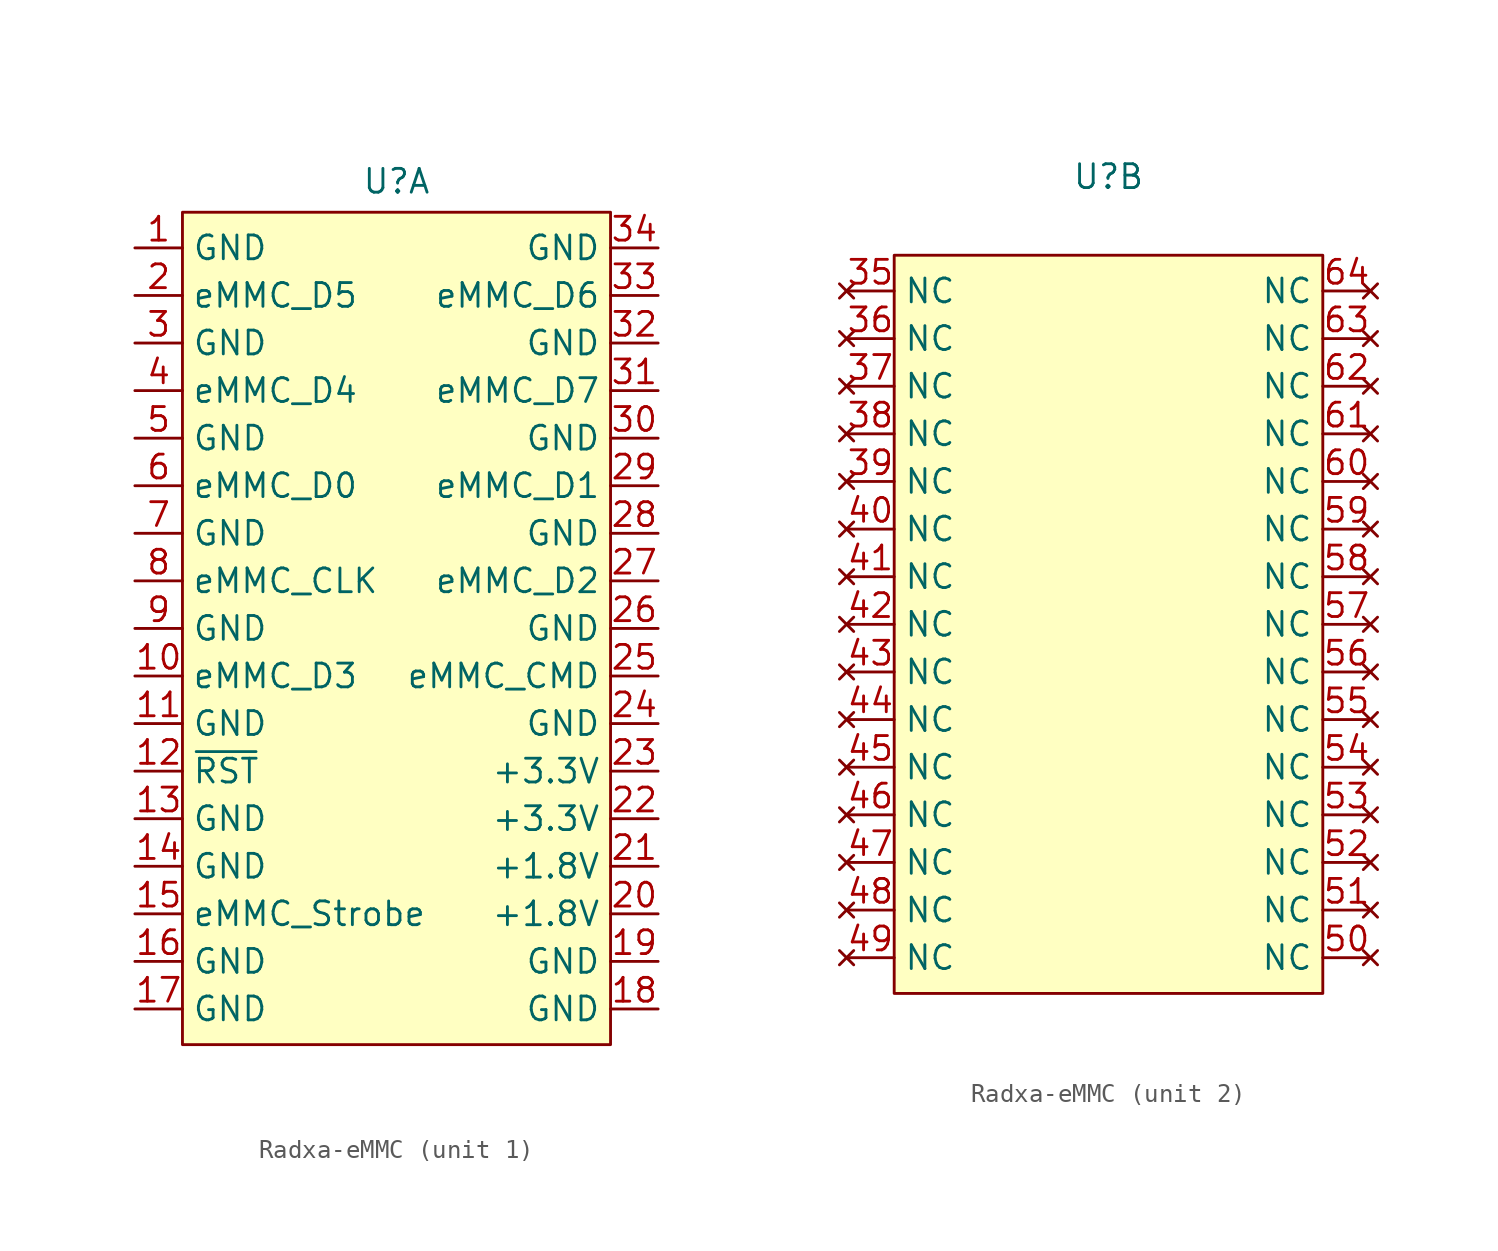
<source format=kicad_sym>
(kicad_symbol_lib
  (version 20241209)
  (generator "kicad_symbol_editor")
  (generator_version "9.0")
  (symbol "Radxa-eMMC"
    (property "Reference" "U"
      (at 0 23.876 0)
      (effects (font (size 1.27 1.27))))
    (property "Value" ""
      (at 0 0 0)
      (effects (font (size 1.27 1.27))))
    (property "ki_locked" ""
      (at 0 0 0)
      (effects (font (size 1.27 1.27))))
    (symbol "Radxa-eMMC_1_1"
      (rectangle (start -11.43 22.225) (end 11.43 -22.225) (stroke (width 0) (type default)) (fill (type background)))
      (pin passive line (at -13.97 20.32 0) (length 2.54) (name "GND" (effects (font (size 1.27 1.27)))) (number "1" (effects (font (size 1.27 1.27)))))
      (pin bidirectional line (at -13.97 17.78 0) (length 2.54) (name "eMMC_D5" (effects (font (size 1.27 1.27)))) (number "2" (effects (font (size 1.27 1.27)))))
      (pin passive line (at -13.97 15.24 0) (length 2.54) (name "GND" (effects (font (size 1.27 1.27)))) (number "3" (effects (font (size 1.27 1.27)))))
      (pin bidirectional line (at -13.97 12.7 0) (length 2.54) (name "eMMC_D4" (effects (font (size 1.27 1.27)))) (number "4" (effects (font (size 1.27 1.27)))))
      (pin passive line (at -13.97 10.16 0) (length 2.54) (name "GND" (effects (font (size 1.27 1.27)))) (number "5" (effects (font (size 1.27 1.27)))))
      (pin bidirectional line (at -13.97 7.62 0) (length 2.54) (name "eMMC_D0" (effects (font (size 1.27 1.27)))) (number "6" (effects (font (size 1.27 1.27)))))
      (pin passive line (at -13.97 5.08 0) (length 2.54) (name "GND" (effects (font (size 1.27 1.27)))) (number "7" (effects (font (size 1.27 1.27)))))
      (pin input line (at -13.97 2.54 0) (length 2.54) (name "eMMC_CLK" (effects (font (size 1.27 1.27)))) (number "8" (effects (font (size 1.27 1.27)))))
      (pin passive line (at -13.97 0 0) (length 2.54) (name "GND" (effects (font (size 1.27 1.27)))) (number "9" (effects (font (size 1.27 1.27)))))
      (pin bidirectional line (at -13.97 -2.54 0) (length 2.54) (name "eMMC_D3" (effects (font (size 1.27 1.27)))) (number "10" (effects (font (size 1.27 1.27)))))
      (pin passive line (at -13.97 -5.08 0) (length 2.54) (name "GND" (effects (font (size 1.27 1.27)))) (number "11" (effects (font (size 1.27 1.27)))))
      (pin input line (at -13.97 -7.62 0) (length 2.54) (name "~{RST}" (effects (font (size 1.27 1.27)))) (number "12" (effects (font (size 1.27 1.27)))))
      (pin passive line (at -13.97 -10.16 0) (length 2.54) (name "GND" (effects (font (size 1.27 1.27)))) (number "13" (effects (font (size 1.27 1.27)))))
      (pin passive line (at -13.97 -12.7 0) (length 2.54) (name "GND" (effects (font (size 1.27 1.27)))) (number "14" (effects (font (size 1.27 1.27)))))
      (pin bidirectional line (at -13.97 -15.24 0) (length 2.54) (name "eMMC_Strobe" (effects (font (size 1.27 1.27)))) (number "15" (effects (font (size 1.27 1.27)))))
      (pin passive line (at -13.97 -17.78 0) (length 2.54) (name "GND" (effects (font (size 1.27 1.27)))) (number "16" (effects (font (size 1.27 1.27)))))
      (pin passive line (at -13.97 -20.32 0) (length 2.54) (name "GND" (effects (font (size 1.27 1.27)))) (number "17" (effects (font (size 1.27 1.27)))))
      (pin passive line (at 13.97 20.32 180) (length 2.54) (name "GND" (effects (font (size 1.27 1.27)))) (number "34" (effects (font (size 1.27 1.27)))))
      (pin bidirectional line (at 13.97 17.78 180) (length 2.54) (name "eMMC_D6" (effects (font (size 1.27 1.27)))) (number "33" (effects (font (size 1.27 1.27)))))
      (pin passive line (at 13.97 15.24 180) (length 2.54) (name "GND" (effects (font (size 1.27 1.27)))) (number "32" (effects (font (size 1.27 1.27)))))
      (pin bidirectional line (at 13.97 12.7 180) (length 2.54) (name "eMMC_D7" (effects (font (size 1.27 1.27)))) (number "31" (effects (font (size 1.27 1.27)))))
      (pin passive line (at 13.97 10.16 180) (length 2.54) (name "GND" (effects (font (size 1.27 1.27)))) (number "30" (effects (font (size 1.27 1.27)))))
      (pin bidirectional line (at 13.97 7.62 180) (length 2.54) (name "eMMC_D1" (effects (font (size 1.27 1.27)))) (number "29" (effects (font (size 1.27 1.27)))))
      (pin passive line (at 13.97 5.08 180) (length 2.54) (name "GND" (effects (font (size 1.27 1.27)))) (number "28" (effects (font (size 1.27 1.27)))))
      (pin bidirectional line (at 13.97 2.54 180) (length 2.54) (name "eMMC_D2" (effects (font (size 1.27 1.27)))) (number "27" (effects (font (size 1.27 1.27)))))
      (pin passive line (at 13.97 0 180) (length 2.54) (name "GND" (effects (font (size 1.27 1.27)))) (number "26" (effects (font (size 1.27 1.27)))))
      (pin bidirectional line (at 13.97 -2.54 180) (length 2.54) (name "eMMC_CMD" (effects (font (size 1.27 1.27)))) (number "25" (effects (font (size 1.27 1.27)))))
      (pin passive line (at 13.97 -5.08 180) (length 2.54) (name "GND" (effects (font (size 1.27 1.27)))) (number "24" (effects (font (size 1.27 1.27)))))
      (pin power_in line (at 13.97 -7.62 180) (length 2.54) (name "+3.3V" (effects (font (size 1.27 1.27)))) (number "23" (effects (font (size 1.27 1.27)))))
      (pin power_in line (at 13.97 -10.16 180) (length 2.54) (name "+3.3V" (effects (font (size 1.27 1.27)))) (number "22" (effects (font (size 1.27 1.27)))))
      (pin power_in line (at 13.97 -12.7 180) (length 2.54) (name "+1.8V" (effects (font (size 1.27 1.27)))) (number "21" (effects (font (size 1.27 1.27)))))
      (pin power_in line (at 13.97 -15.24 180) (length 2.54) (name "+1.8V" (effects (font (size 1.27 1.27)))) (number "20" (effects (font (size 1.27 1.27)))))
      (pin passive line (at 13.97 -17.78 180) (length 2.54) (name "GND" (effects (font (size 1.27 1.27)))) (number "19" (effects (font (size 1.27 1.27)))))
      (pin passive line (at 13.97 -20.32 180) (length 2.54) (name "GND" (effects (font (size 1.27 1.27)))) (number "18" (effects (font (size 1.27 1.27))))))
    (symbol "Radxa-eMMC_2_1"
      (rectangle (start -11.43 19.685) (end 11.43 -19.685) (stroke (width 0) (type default)) (fill (type background)))
      (pin no_connect line (at -13.97 17.78 0) (length 2.54) (name "NC" (effects (font (size 1.27 1.27)))) (number "35" (effects (font (size 1.27 1.27)))))
      (pin no_connect line (at -13.97 15.24 0) (length 2.54) (name "NC" (effects (font (size 1.27 1.27)))) (number "36" (effects (font (size 1.27 1.27)))))
      (pin no_connect line (at -13.97 12.7 0) (length 2.54) (name "NC" (effects (font (size 1.27 1.27)))) (number "37" (effects (font (size 1.27 1.27)))))
      (pin no_connect line (at -13.97 10.16 0) (length 2.54) (name "NC" (effects (font (size 1.27 1.27)))) (number "38" (effects (font (size 1.27 1.27)))))
      (pin no_connect line (at -13.97 7.62 0) (length 2.54) (name "NC" (effects (font (size 1.27 1.27)))) (number "39" (effects (font (size 1.27 1.27)))))
      (pin no_connect line (at -13.97 5.08 0) (length 2.54) (name "NC" (effects (font (size 1.27 1.27)))) (number "40" (effects (font (size 1.27 1.27)))))
      (pin no_connect line (at -13.97 2.54 0) (length 2.54) (name "NC" (effects (font (size 1.27 1.27)))) (number "41" (effects (font (size 1.27 1.27)))))
      (pin no_connect line (at -13.97 0 0) (length 2.54) (name "NC" (effects (font (size 1.27 1.27)))) (number "42" (effects (font (size 1.27 1.27)))))
      (pin no_connect line (at -13.97 -2.54 0) (length 2.54) (name "NC" (effects (font (size 1.27 1.27)))) (number "43" (effects (font (size 1.27 1.27)))))
      (pin no_connect line (at -13.97 -5.08 0) (length 2.54) (name "NC" (effects (font (size 1.27 1.27)))) (number "44" (effects (font (size 1.27 1.27)))))
      (pin no_connect line (at -13.97 -7.62 0) (length 2.54) (name "NC" (effects (font (size 1.27 1.27)))) (number "45" (effects (font (size 1.27 1.27)))))
      (pin no_connect line (at -13.97 -10.16 0) (length 2.54) (name "NC" (effects (font (size 1.27 1.27)))) (number "46" (effects (font (size 1.27 1.27)))))
      (pin no_connect line (at -13.97 -12.7 0) (length 2.54) (name "NC" (effects (font (size 1.27 1.27)))) (number "47" (effects (font (size 1.27 1.27)))))
      (pin no_connect line (at -13.97 -15.24 0) (length 2.54) (name "NC" (effects (font (size 1.27 1.27)))) (number "48" (effects (font (size 1.27 1.27)))))
      (pin no_connect line (at -13.97 -17.78 0) (length 2.54) (name "NC" (effects (font (size 1.27 1.27)))) (number "49" (effects (font (size 1.27 1.27)))))
      (pin no_connect line (at 13.97 17.78 180) (length 2.54) (name "NC" (effects (font (size 1.27 1.27)))) (number "64" (effects (font (size 1.27 1.27)))))
      (pin no_connect line (at 13.97 15.24 180) (length 2.54) (name "NC" (effects (font (size 1.27 1.27)))) (number "63" (effects (font (size 1.27 1.27)))))
      (pin no_connect line (at 13.97 12.7 180) (length 2.54) (name "NC" (effects (font (size 1.27 1.27)))) (number "62" (effects (font (size 1.27 1.27)))))
      (pin no_connect line (at 13.97 10.16 180) (length 2.54) (name "NC" (effects (font (size 1.27 1.27)))) (number "61" (effects (font (size 1.27 1.27)))))
      (pin no_connect line (at 13.97 7.62 180) (length 2.54) (name "NC" (effects (font (size 1.27 1.27)))) (number "60" (effects (font (size 1.27 1.27)))))
      (pin no_connect line (at 13.97 5.08 180) (length 2.54) (name "NC" (effects (font (size 1.27 1.27)))) (number "59" (effects (font (size 1.27 1.27)))))
      (pin no_connect line (at 13.97 2.54 180) (length 2.54) (name "NC" (effects (font (size 1.27 1.27)))) (number "58" (effects (font (size 1.27 1.27)))))
      (pin no_connect line (at 13.97 0 180) (length 2.54) (name "NC" (effects (font (size 1.27 1.27)))) (number "57" (effects (font (size 1.27 1.27)))))
      (pin no_connect line (at 13.97 -2.54 180) (length 2.54) (name "NC" (effects (font (size 1.27 1.27)))) (number "56" (effects (font (size 1.27 1.27)))))
      (pin no_connect line (at 13.97 -5.08 180) (length 2.54) (name "NC" (effects (font (size 1.27 1.27)))) (number "55" (effects (font (size 1.27 1.27)))))
      (pin no_connect line (at 13.97 -7.62 180) (length 2.54) (name "NC" (effects (font (size 1.27 1.27)))) (number "54" (effects (font (size 1.27 1.27)))))
      (pin no_connect line (at 13.97 -10.16 180) (length 2.54) (name "NC" (effects (font (size 1.27 1.27)))) (number "53" (effects (font (size 1.27 1.27)))))
      (pin no_connect line (at 13.97 -12.7 180) (length 2.54) (name "NC" (effects (font (size 1.27 1.27)))) (number "52" (effects (font (size 1.27 1.27)))))
      (pin no_connect line (at 13.97 -15.24 180) (length 2.54) (name "NC" (effects (font (size 1.27 1.27)))) (number "51" (effects (font (size 1.27 1.27)))))
      (pin no_connect line (at 13.97 -17.78 180) (length 2.54) (name "NC" (effects (font (size 1.27 1.27)))) (number "50" (effects (font (size 1.27 1.27))))))))
</source>
